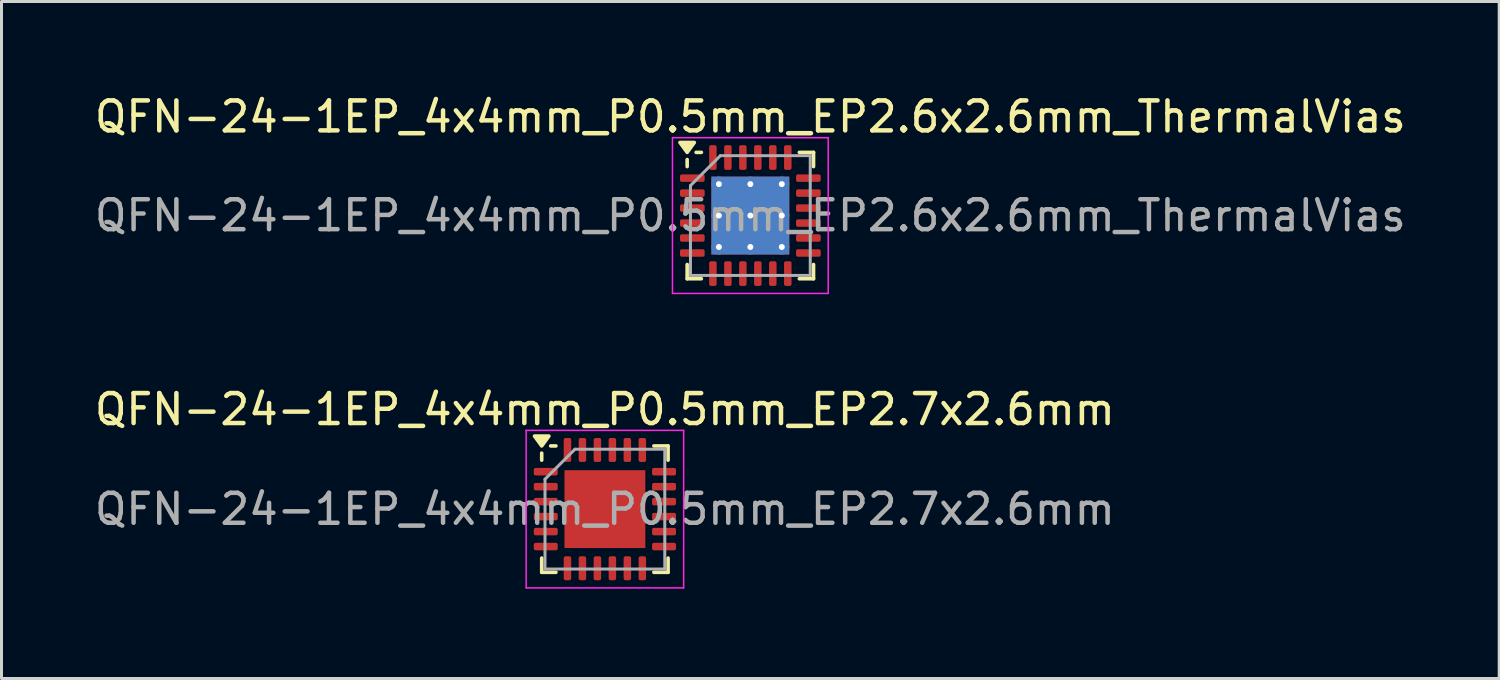
<source format=kicad_pcb>
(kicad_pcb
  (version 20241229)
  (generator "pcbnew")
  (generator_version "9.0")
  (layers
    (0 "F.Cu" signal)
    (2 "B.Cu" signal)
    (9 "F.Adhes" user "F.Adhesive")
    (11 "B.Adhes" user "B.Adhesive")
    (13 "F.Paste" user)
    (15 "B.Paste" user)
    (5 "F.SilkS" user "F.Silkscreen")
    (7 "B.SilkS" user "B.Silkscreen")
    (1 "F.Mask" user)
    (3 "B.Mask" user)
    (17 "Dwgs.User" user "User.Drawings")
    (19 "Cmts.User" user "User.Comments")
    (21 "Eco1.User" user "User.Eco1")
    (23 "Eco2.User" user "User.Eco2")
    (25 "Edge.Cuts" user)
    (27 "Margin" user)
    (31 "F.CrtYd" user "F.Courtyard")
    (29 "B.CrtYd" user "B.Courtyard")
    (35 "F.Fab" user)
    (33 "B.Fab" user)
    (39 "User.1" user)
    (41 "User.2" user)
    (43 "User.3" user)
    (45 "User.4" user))
  (footprint "QFN-24-1EP_4x4mm_P0.5mm_EP2.7x2.6mm"
    (layer "F.Cu")
    (at 17.149 13.951)
    (property "Reference" "QFN-24-1EP_4x4mm_P0.5mm_EP2.7x2.6mm" (at 0 -3.33 0) (layer "F.SilkS") (effects (font (size 1 1) (thickness 0.15))))
    (attr smd)
    (fp_line (start -2.11 -1.635) (end -2.11 -1.87) (stroke (width 0.12) (type solid)) (layer "F.SilkS"))
    (fp_line (start -2.11 2.11) (end -2.11 1.635) (stroke (width 0.12) (type solid)) (layer "F.SilkS"))
    (fp_line (start -1.635 -2.11) (end -1.81 -2.11) (stroke (width 0.12) (type solid)) (layer "F.SilkS"))
    (fp_line (start -1.635 2.11) (end -2.11 2.11) (stroke (width 0.12) (type solid)) (layer "F.SilkS"))
    (fp_line (start 1.635 -2.11) (end 2.11 -2.11) (stroke (width 0.12) (type solid)) (layer "F.SilkS"))
    (fp_line (start 1.635 2.11) (end 2.11 2.11) (stroke (width 0.12) (type solid)) (layer "F.SilkS"))
    (fp_line (start 2.11 -2.11) (end 2.11 -1.635) (stroke (width 0.12) (type solid)) (layer "F.SilkS"))
    (fp_line (start 2.11 2.11) (end 2.11 1.635) (stroke (width 0.12) (type solid)) (layer "F.SilkS"))
    (fp_poly (pts (xy -2.11 -2.11) (xy -2.35 -2.44) (xy -1.87 -2.44) (xy -2.11 -2.11)) (stroke (width 0.12) (type solid)) (fill yes) (layer "F.SilkS"))
    (fp_line (start -2.63 -2.63) (end -2.63 2.63) (stroke (width 0.05) (type solid)) (layer "F.CrtYd"))
    (fp_line (start -2.63 2.63) (end 2.63 2.63) (stroke (width 0.05) (type solid)) (layer "F.CrtYd"))
    (fp_line (start 2.63 -2.63) (end -2.63 -2.63) (stroke (width 0.05) (type solid)) (layer "F.CrtYd"))
    (fp_line (start 2.63 2.63) (end 2.63 -2.63) (stroke (width 0.05) (type solid)) (layer "F.CrtYd"))
    (fp_line (start -2 -1) (end -1 -2) (stroke (width 0.1) (type solid)) (layer "F.Fab"))
    (fp_line (start -2 2) (end -2 -1) (stroke (width 0.1) (type solid)) (layer "F.Fab"))
    (fp_line (start -1 -2) (end 2 -2) (stroke (width 0.1) (type solid)) (layer "F.Fab"))
    (fp_line (start 2 -2) (end 2 2) (stroke (width 0.1) (type solid)) (layer "F.Fab"))
    (fp_line (start 2 2) (end -2 2) (stroke (width 0.1) (type solid)) (layer "F.Fab"))
    (fp_text user "${REFERENCE}" (at 0 0 0) (layer "F.Fab") (effects (font (size 1 1) (thickness 0.15))))
    (pad "" smd roundrect (at -0.675 -0.65) (size 1.09 1.05) (layers "F.Paste") (roundrect_rratio 0.238))
    (pad "" smd roundrect (at -0.675 0.65) (size 1.09 1.05) (layers "F.Paste") (roundrect_rratio 0.238))
    (pad "" smd roundrect (at 0.675 -0.65) (size 1.09 1.05) (layers "F.Paste") (roundrect_rratio 0.238))
    (pad "" smd roundrect (at 0.675 0.65) (size 1.09 1.05) (layers "F.Paste") (roundrect_rratio 0.238))
    (pad "1" smd roundrect (at -1.975 -1.25) (size 0.8 0.25) (layers "F.Cu" "F.Mask" "F.Paste") (roundrect_rratio 0.25))
    (pad "2" smd roundrect (at -1.975 -0.75) (size 0.8 0.25) (layers "F.Cu" "F.Mask" "F.Paste") (roundrect_rratio 0.25))
    (pad "3" smd roundrect (at -1.975 -0.25) (size 0.8 0.25) (layers "F.Cu" "F.Mask" "F.Paste") (roundrect_rratio 0.25))
    (pad "4" smd roundrect (at -1.975 0.25) (size 0.8 0.25) (layers "F.Cu" "F.Mask" "F.Paste") (roundrect_rratio 0.25))
    (pad "5" smd roundrect (at -1.975 0.75) (size 0.8 0.25) (layers "F.Cu" "F.Mask" "F.Paste") (roundrect_rratio 0.25))
    (pad "6" smd roundrect (at -1.975 1.25) (size 0.8 0.25) (layers "F.Cu" "F.Mask" "F.Paste") (roundrect_rratio 0.25))
    (pad "7" smd roundrect (at -1.25 1.975) (size 0.25 0.8) (layers "F.Cu" "F.Mask" "F.Paste") (roundrect_rratio 0.25))
    (pad "8" smd roundrect (at -0.75 1.975) (size 0.25 0.8) (layers "F.Cu" "F.Mask" "F.Paste") (roundrect_rratio 0.25))
    (pad "9" smd roundrect (at -0.25 1.975) (size 0.25 0.8) (layers "F.Cu" "F.Mask" "F.Paste") (roundrect_rratio 0.25))
    (pad "10" smd roundrect (at 0.25 1.975) (size 0.25 0.8) (layers "F.Cu" "F.Mask" "F.Paste") (roundrect_rratio 0.25))
    (pad "11" smd roundrect (at 0.75 1.975) (size 0.25 0.8) (layers "F.Cu" "F.Mask" "F.Paste") (roundrect_rratio 0.25))
    (pad "12" smd roundrect (at 1.25 1.975) (size 0.25 0.8) (layers "F.Cu" "F.Mask" "F.Paste") (roundrect_rratio 0.25))
    (pad "13" smd roundrect (at 1.975 1.25) (size 0.8 0.25) (layers "F.Cu" "F.Mask" "F.Paste") (roundrect_rratio 0.25))
    (pad "14" smd roundrect (at 1.975 0.75) (size 0.8 0.25) (layers "F.Cu" "F.Mask" "F.Paste") (roundrect_rratio 0.25))
    (pad "15" smd roundrect (at 1.975 0.25) (size 0.8 0.25) (layers "F.Cu" "F.Mask" "F.Paste") (roundrect_rratio 0.25))
    (pad "16" smd roundrect (at 1.975 -0.25) (size 0.8 0.25) (layers "F.Cu" "F.Mask" "F.Paste") (roundrect_rratio 0.25))
    (pad "17" smd roundrect (at 1.975 -0.75) (size 0.8 0.25) (layers "F.Cu" "F.Mask" "F.Paste") (roundrect_rratio 0.25))
    (pad "18" smd roundrect (at 1.975 -1.25) (size 0.8 0.25) (layers "F.Cu" "F.Mask" "F.Paste") (roundrect_rratio 0.25))
    (pad "19" smd roundrect (at 1.25 -1.975) (size 0.25 0.8) (layers "F.Cu" "F.Mask" "F.Paste") (roundrect_rratio 0.25))
    (pad "20" smd roundrect (at 0.75 -1.975) (size 0.25 0.8) (layers "F.Cu" "F.Mask" "F.Paste") (roundrect_rratio 0.25))
    (pad "21" smd roundrect (at 0.25 -1.975) (size 0.25 0.8) (layers "F.Cu" "F.Mask" "F.Paste") (roundrect_rratio 0.25))
    (pad "22" smd roundrect (at -0.25 -1.975) (size 0.25 0.8) (layers "F.Cu" "F.Mask" "F.Paste") (roundrect_rratio 0.25))
    (pad "23" smd roundrect (at -0.75 -1.975) (size 0.25 0.8) (layers "F.Cu" "F.Mask" "F.Paste") (roundrect_rratio 0.25))
    (pad "24" smd roundrect (at -1.25 -1.975) (size 0.25 0.8) (layers "F.Cu" "F.Mask" "F.Paste") (roundrect_rratio 0.25))
    (pad "25" smd rect (at 0 0) (size 2.7 2.6) (property pad_prop_heatsink) (layers "F.Cu" "F.Mask")))
  (footprint "QFN-24-1EP_4x4mm_P0.5mm_EP2.6x2.6mm_ThermalVias"
    (layer "F.Cu")
    (at 22.006 4.148)
    (property "Reference" "QFN-24-1EP_4x4mm_P0.5mm_EP2.6x2.6mm_ThermalVias" (at 0 -3.3 0) (layer "F.SilkS") (effects (font (size 1 1) (thickness 0.15))))
    (attr smd)
    (fp_line (start -2.11 -1.635) (end -2.11 -1.87) (stroke (width 0.12) (type solid)) (layer "F.SilkS"))
    (fp_line (start -2.11 2.11) (end -2.11 1.635) (stroke (width 0.12) (type solid)) (layer "F.SilkS"))
    (fp_line (start -1.635 -2.11) (end -1.81 -2.11) (stroke (width 0.12) (type solid)) (layer "F.SilkS"))
    (fp_line (start -1.635 2.11) (end -2.11 2.11) (stroke (width 0.12) (type solid)) (layer "F.SilkS"))
    (fp_line (start 1.635 -2.11) (end 2.11 -2.11) (stroke (width 0.12) (type solid)) (layer "F.SilkS"))
    (fp_line (start 1.635 2.11) (end 2.11 2.11) (stroke (width 0.12) (type solid)) (layer "F.SilkS"))
    (fp_line (start 2.11 -2.11) (end 2.11 -1.635) (stroke (width 0.12) (type solid)) (layer "F.SilkS"))
    (fp_line (start 2.11 2.11) (end 2.11 1.635) (stroke (width 0.12) (type solid)) (layer "F.SilkS"))
    (fp_poly (pts (xy -2.11 -2.11) (xy -2.35 -2.44) (xy -1.87 -2.44) (xy -2.11 -2.11)) (stroke (width 0.12) (type solid)) (fill yes) (layer "F.SilkS"))
    (fp_line (start -2.6 -2.6) (end -2.6 2.6) (stroke (width 0.05) (type solid)) (layer "F.CrtYd"))
    (fp_line (start -2.6 2.6) (end 2.6 2.6) (stroke (width 0.05) (type solid)) (layer "F.CrtYd"))
    (fp_line (start 2.6 -2.6) (end -2.6 -2.6) (stroke (width 0.05) (type solid)) (layer "F.CrtYd"))
    (fp_line (start 2.6 2.6) (end 2.6 -2.6) (stroke (width 0.05) (type solid)) (layer "F.CrtYd"))
    (fp_line (start -2 -1) (end -1 -2) (stroke (width 0.1) (type solid)) (layer "F.Fab"))
    (fp_line (start -2 2) (end -2 -1) (stroke (width 0.1) (type solid)) (layer "F.Fab"))
    (fp_line (start -1 -2) (end 2 -2) (stroke (width 0.1) (type solid)) (layer "F.Fab"))
    (fp_line (start 2 -2) (end 2 2) (stroke (width 0.1) (type solid)) (layer "F.Fab"))
    (fp_line (start 2 2) (end -2 2) (stroke (width 0.1) (type solid)) (layer "F.Fab"))
    (fp_text user "${REFERENCE}" (at 0 0 0) (layer "F.Fab") (effects (font (size 1 1) (thickness 0.15))))
    (pad "" smd roundrect (at -0.65 -0.65) (size 1.13 1.13) (layers "F.Paste") (roundrect_rratio 0.221))
    (pad "" smd roundrect (at -0.65 0.65) (size 1.13 1.13) (layers "F.Paste") (roundrect_rratio 0.221))
    (pad "" smd roundrect (at 0.65 -0.65) (size 1.13 1.13) (layers "F.Paste") (roundrect_rratio 0.221))
    (pad "" smd roundrect (at 0.65 0.65) (size 1.13 1.13) (layers "F.Paste") (roundrect_rratio 0.221))
    (pad "1" smd roundrect (at -1.938 -1.25) (size 0.825 0.25) (layers "F.Cu" "F.Mask" "F.Paste") (roundrect_rratio 0.25))
    (pad "2" smd roundrect (at -1.938 -0.75) (size 0.825 0.25) (layers "F.Cu" "F.Mask" "F.Paste") (roundrect_rratio 0.25))
    (pad "3" smd roundrect (at -1.938 -0.25) (size 0.825 0.25) (layers "F.Cu" "F.Mask" "F.Paste") (roundrect_rratio 0.25))
    (pad "4" smd roundrect (at -1.938 0.25) (size 0.825 0.25) (layers "F.Cu" "F.Mask" "F.Paste") (roundrect_rratio 0.25))
    (pad "5" smd roundrect (at -1.938 0.75) (size 0.825 0.25) (layers "F.Cu" "F.Mask" "F.Paste") (roundrect_rratio 0.25))
    (pad "6" smd roundrect (at -1.938 1.25) (size 0.825 0.25) (layers "F.Cu" "F.Mask" "F.Paste") (roundrect_rratio 0.25))
    (pad "7" smd roundrect (at -1.25 1.938) (size 0.25 0.825) (layers "F.Cu" "F.Mask" "F.Paste") (roundrect_rratio 0.25))
    (pad "8" smd roundrect (at -0.75 1.938) (size 0.25 0.825) (layers "F.Cu" "F.Mask" "F.Paste") (roundrect_rratio 0.25))
    (pad "9" smd roundrect (at -0.25 1.938) (size 0.25 0.825) (layers "F.Cu" "F.Mask" "F.Paste") (roundrect_rratio 0.25))
    (pad "10" smd roundrect (at 0.25 1.938) (size 0.25 0.825) (layers "F.Cu" "F.Mask" "F.Paste") (roundrect_rratio 0.25))
    (pad "11" smd roundrect (at 0.75 1.938) (size 0.25 0.825) (layers "F.Cu" "F.Mask" "F.Paste") (roundrect_rratio 0.25))
    (pad "12" smd roundrect (at 1.25 1.938) (size 0.25 0.825) (layers "F.Cu" "F.Mask" "F.Paste") (roundrect_rratio 0.25))
    (pad "13" smd roundrect (at 1.938 1.25) (size 0.825 0.25) (layers "F.Cu" "F.Mask" "F.Paste") (roundrect_rratio 0.25))
    (pad "14" smd roundrect (at 1.938 0.75) (size 0.825 0.25) (layers "F.Cu" "F.Mask" "F.Paste") (roundrect_rratio 0.25))
    (pad "15" smd roundrect (at 1.938 0.25) (size 0.825 0.25) (layers "F.Cu" "F.Mask" "F.Paste") (roundrect_rratio 0.25))
    (pad "16" smd roundrect (at 1.938 -0.25) (size 0.825 0.25) (layers "F.Cu" "F.Mask" "F.Paste") (roundrect_rratio 0.25))
    (pad "17" smd roundrect (at 1.938 -0.75) (size 0.825 0.25) (layers "F.Cu" "F.Mask" "F.Paste") (roundrect_rratio 0.25))
    (pad "18" smd roundrect (at 1.938 -1.25) (size 0.825 0.25) (layers "F.Cu" "F.Mask" "F.Paste") (roundrect_rratio 0.25))
    (pad "19" smd roundrect (at 1.25 -1.938) (size 0.25 0.825) (layers "F.Cu" "F.Mask" "F.Paste") (roundrect_rratio 0.25))
    (pad "20" smd roundrect (at 0.75 -1.938) (size 0.25 0.825) (layers "F.Cu" "F.Mask" "F.Paste") (roundrect_rratio 0.25))
    (pad "21" smd roundrect (at 0.25 -1.938) (size 0.25 0.825) (layers "F.Cu" "F.Mask" "F.Paste") (roundrect_rratio 0.25))
    (pad "22" smd roundrect (at -0.25 -1.938) (size 0.25 0.825) (layers "F.Cu" "F.Mask" "F.Paste") (roundrect_rratio 0.25))
    (pad "23" smd roundrect (at -0.75 -1.938) (size 0.25 0.825) (layers "F.Cu" "F.Mask" "F.Paste") (roundrect_rratio 0.25))
    (pad "24" smd roundrect (at -1.25 -1.938) (size 0.25 0.825) (layers "F.Cu" "F.Mask" "F.Paste") (roundrect_rratio 0.25))
    (pad "25" thru_hole circle (at -1.05 -1.05) (size 0.5 0.5) (drill 0.2) (property pad_prop_heatsink) (layers "*.Cu"))
    (pad "25" thru_hole circle (at -1.05 0) (size 0.5 0.5) (drill 0.2) (property pad_prop_heatsink) (layers "*.Cu"))
    (pad "25" thru_hole circle (at -1.05 1.05) (size 0.5 0.5) (drill 0.2) (property pad_prop_heatsink) (layers "*.Cu"))
    (pad "25" thru_hole circle (at 0 -1.05) (size 0.5 0.5) (drill 0.2) (property pad_prop_heatsink) (layers "*.Cu"))
    (pad "25" thru_hole circle (at 0 0) (size 0.5 0.5) (drill 0.2) (property pad_prop_heatsink) (layers "*.Cu"))
    (pad "25" smd rect (at 0 0) (size 2.6 2.6) (property pad_prop_heatsink) (layers "F.Cu" "F.Mask"))
    (pad "25" smd rect (at 0 0) (size 2.6 2.6) (property pad_prop_heatsink) (layers "B.Cu"))
    (pad "25" thru_hole circle (at 0 1.05) (size 0.5 0.5) (drill 0.2) (property pad_prop_heatsink) (layers "*.Cu"))
    (pad "25" thru_hole circle (at 1.05 -1.05) (size 0.5 0.5) (drill 0.2) (property pad_prop_heatsink) (layers "*.Cu"))
    (pad "25" thru_hole circle (at 1.05 0) (size 0.5 0.5) (drill 0.2) (property pad_prop_heatsink) (layers "*.Cu"))
    (pad "25" thru_hole circle (at 1.05 1.05) (size 0.5 0.5) (drill 0.2) (property pad_prop_heatsink) (layers "*.Cu")))
  (gr_rect
    (start -3 -3)
    (end 47.012 19.607)
    (stroke (width 0.1) (type default))
    (fill no)
    (layer "Edge.Cuts")))
</source>
